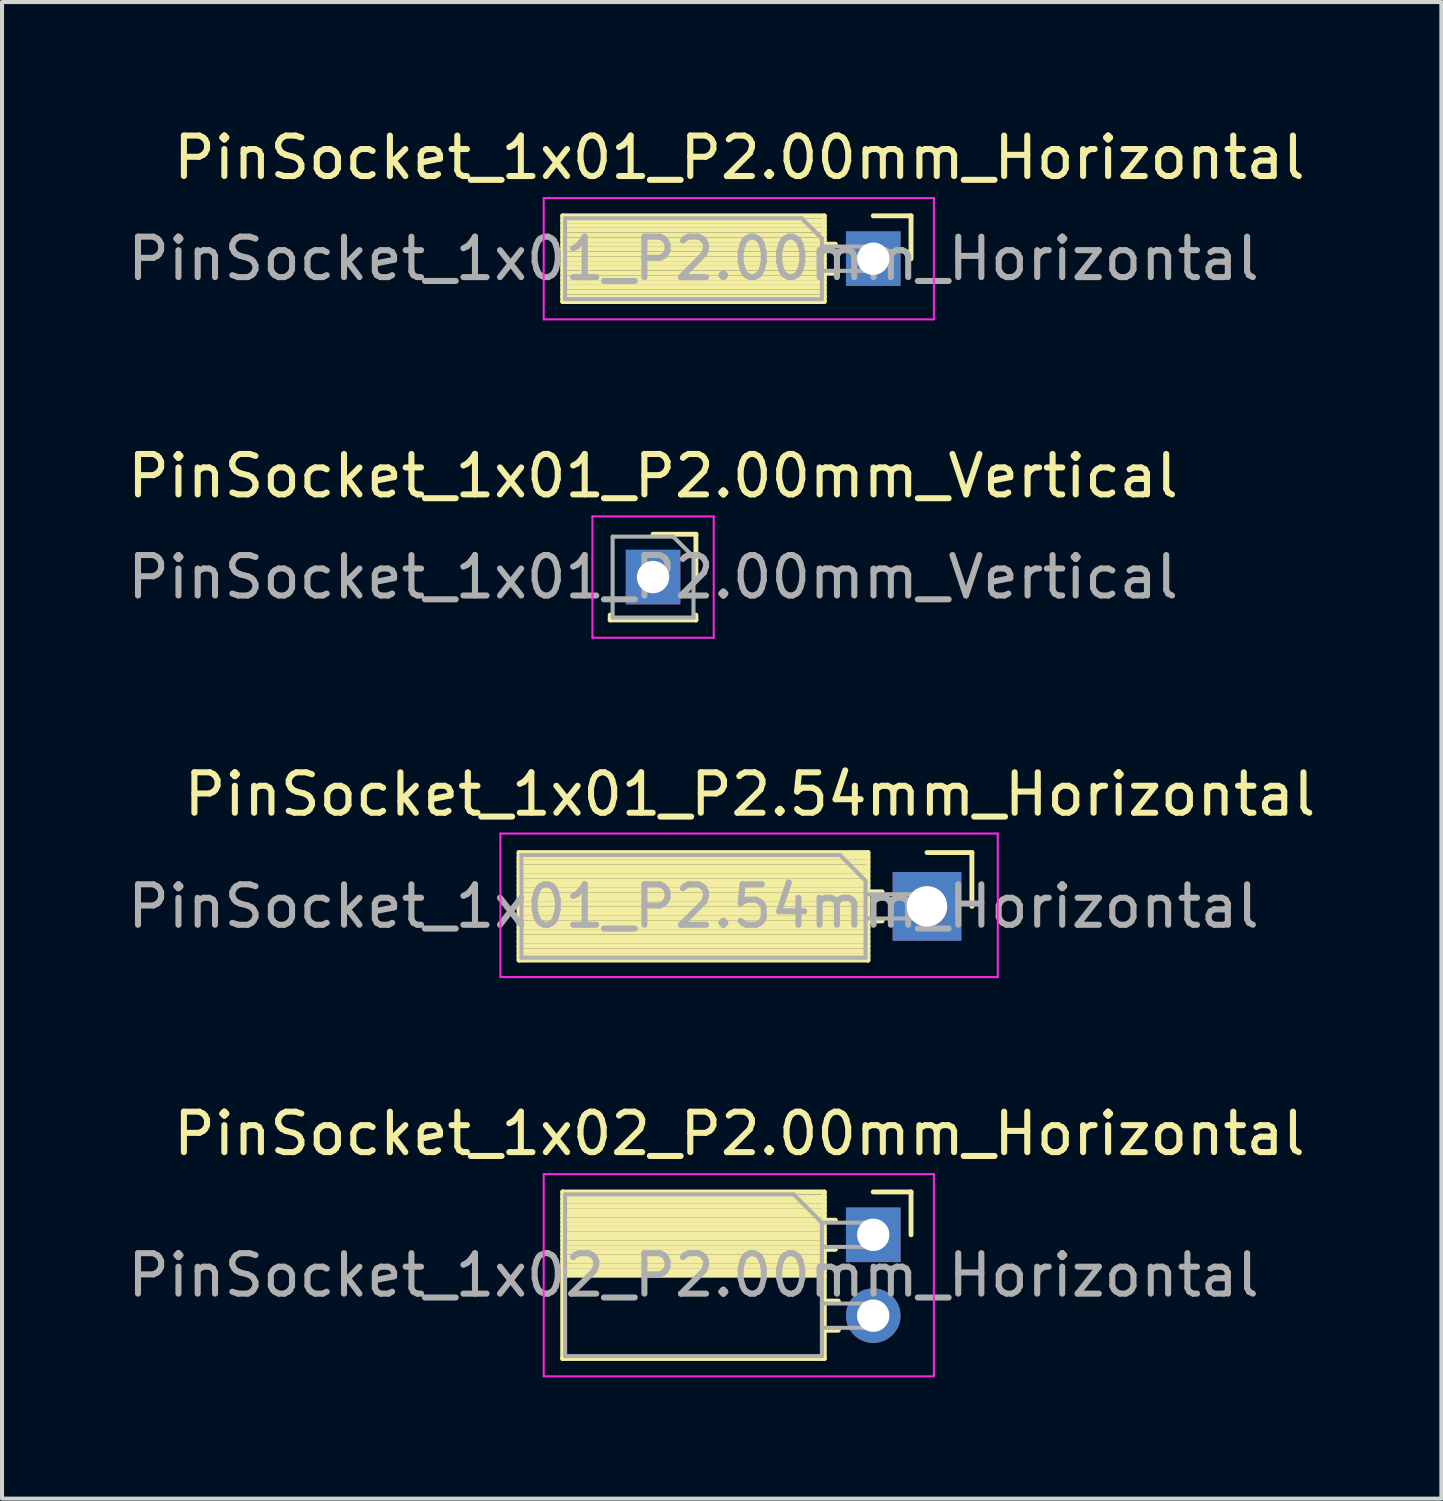
<source format=kicad_pcb>
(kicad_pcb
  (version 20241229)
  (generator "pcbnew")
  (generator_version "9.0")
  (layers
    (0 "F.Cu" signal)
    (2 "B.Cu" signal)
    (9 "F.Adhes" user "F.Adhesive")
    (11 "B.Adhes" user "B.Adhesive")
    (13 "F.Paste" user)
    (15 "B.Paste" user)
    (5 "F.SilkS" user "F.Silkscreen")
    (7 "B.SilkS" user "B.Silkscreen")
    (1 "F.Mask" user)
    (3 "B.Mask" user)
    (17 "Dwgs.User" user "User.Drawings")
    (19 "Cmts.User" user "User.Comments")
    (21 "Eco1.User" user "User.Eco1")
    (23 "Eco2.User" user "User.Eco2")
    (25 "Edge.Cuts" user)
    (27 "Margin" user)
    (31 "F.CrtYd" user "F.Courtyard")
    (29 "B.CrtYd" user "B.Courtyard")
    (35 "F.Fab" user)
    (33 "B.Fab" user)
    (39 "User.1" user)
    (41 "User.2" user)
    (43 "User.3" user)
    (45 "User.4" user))
  (footprint "PinSocket_1x02_P2.00mm_Horizontal"
    (layer "F.Cu")
    (at 18.546 27.488)
    (property "Reference" "PinSocket_1x02_P2.00mm_Horizontal" (at -3.31 -2.5 0) (layer "F.SilkS") (effects (font (size 1 1) (thickness 0.15))))
    (attr through_hole)
    (fp_line (start -7.68 -1.06) (end -7.68 3.06) (stroke (width 0.12) (type solid)) (layer "F.SilkS"))
    (fp_line (start -7.68 -1.06) (end -1.21 -1.06) (stroke (width 0.12) (type solid)) (layer "F.SilkS"))
    (fp_line (start -7.68 -0.94) (end -1.21 -0.94) (stroke (width 0.12) (type solid)) (layer "F.SilkS"))
    (fp_line (start -7.68 -0.826) (end -1.21 -0.826) (stroke (width 0.12) (type solid)) (layer "F.SilkS"))
    (fp_line (start -7.68 -0.712) (end -1.21 -0.712) (stroke (width 0.12) (type solid)) (layer "F.SilkS"))
    (fp_line (start -7.68 -0.598) (end -1.21 -0.598) (stroke (width 0.12) (type solid)) (layer "F.SilkS"))
    (fp_line (start -7.68 -0.484) (end -1.21 -0.484) (stroke (width 0.12) (type solid)) (layer "F.SilkS"))
    (fp_line (start -7.68 -0.369) (end -1.21 -0.369) (stroke (width 0.12) (type solid)) (layer "F.SilkS"))
    (fp_line (start -7.68 -0.255) (end -1.21 -0.255) (stroke (width 0.12) (type solid)) (layer "F.SilkS"))
    (fp_line (start -7.68 -0.141) (end -1.21 -0.141) (stroke (width 0.12) (type solid)) (layer "F.SilkS"))
    (fp_line (start -7.68 -0.027) (end -1.21 -0.027) (stroke (width 0.12) (type solid)) (layer "F.SilkS"))
    (fp_line (start -7.68 0.087) (end -1.21 0.087) (stroke (width 0.12) (type solid)) (layer "F.SilkS"))
    (fp_line (start -7.68 0.201) (end -1.21 0.201) (stroke (width 0.12) (type solid)) (layer "F.SilkS"))
    (fp_line (start -7.68 0.315) (end -1.21 0.315) (stroke (width 0.12) (type solid)) (layer "F.SilkS"))
    (fp_line (start -7.68 0.429) (end -1.21 0.429) (stroke (width 0.12) (type solid)) (layer "F.SilkS"))
    (fp_line (start -7.68 0.544) (end -1.21 0.544) (stroke (width 0.12) (type solid)) (layer "F.SilkS"))
    (fp_line (start -7.68 0.658) (end -1.21 0.658) (stroke (width 0.12) (type solid)) (layer "F.SilkS"))
    (fp_line (start -7.68 0.772) (end -1.21 0.772) (stroke (width 0.12) (type solid)) (layer "F.SilkS"))
    (fp_line (start -7.68 0.886) (end -1.21 0.886) (stroke (width 0.12) (type solid)) (layer "F.SilkS"))
    (fp_line (start -7.68 1) (end -1.21 1) (stroke (width 0.12) (type solid)) (layer "F.SilkS"))
    (fp_line (start -7.68 3.06) (end -1.21 3.06) (stroke (width 0.12) (type solid)) (layer "F.SilkS"))
    (fp_line (start -1.21 -1.06) (end -1.21 3.06) (stroke (width 0.12) (type solid)) (layer "F.SilkS"))
    (fp_line (start -1.21 -0.36) (end -0.935 -0.36) (stroke (width 0.12) (type solid)) (layer "F.SilkS"))
    (fp_line (start -1.21 0.36) (end -0.935 0.36) (stroke (width 0.12) (type solid)) (layer "F.SilkS"))
    (fp_line (start -1.21 1.64) (end -0.863 1.64) (stroke (width 0.12) (type solid)) (layer "F.SilkS"))
    (fp_line (start -1.21 2.36) (end -0.863 2.36) (stroke (width 0.12) (type solid)) (layer "F.SilkS"))
    (fp_line (start 0 -1.06) (end 0.935 -1.06) (stroke (width 0.12) (type solid)) (layer "F.SilkS"))
    (fp_line (start 0.935 -1.06) (end 0.935 0) (stroke (width 0.12) (type solid)) (layer "F.SilkS"))
    (fp_line (start -8.15 -1.5) (end -8.15 3.5) (stroke (width 0.05) (type solid)) (layer "F.CrtYd"))
    (fp_line (start -8.15 3.5) (end 1.5 3.5) (stroke (width 0.05) (type solid)) (layer "F.CrtYd"))
    (fp_line (start 1.5 -1.5) (end -8.15 -1.5) (stroke (width 0.05) (type solid)) (layer "F.CrtYd"))
    (fp_line (start 1.5 3.5) (end 1.5 -1.5) (stroke (width 0.05) (type solid)) (layer "F.CrtYd"))
    (fp_line (start -7.62 -1) (end -1.97 -1) (stroke (width 0.1) (type solid)) (layer "F.Fab"))
    (fp_line (start -7.62 3) (end -7.62 -1) (stroke (width 0.1) (type solid)) (layer "F.Fab"))
    (fp_line (start -1.97 -1) (end -1.27 -0.3) (stroke (width 0.1) (type solid)) (layer "F.Fab"))
    (fp_line (start -1.27 -0.3) (end -1.27 3) (stroke (width 0.1) (type solid)) (layer "F.Fab"))
    (fp_line (start -1.27 0.3) (end 0 0.3) (stroke (width 0.1) (type solid)) (layer "F.Fab"))
    (fp_line (start -1.27 2.3) (end 0 2.3) (stroke (width 0.1) (type solid)) (layer "F.Fab"))
    (fp_line (start -1.27 3) (end -7.62 3) (stroke (width 0.1) (type solid)) (layer "F.Fab"))
    (fp_line (start 0 -0.3) (end -1.27 -0.3) (stroke (width 0.1) (type solid)) (layer "F.Fab"))
    (fp_line (start 0 0.3) (end 0 -0.3) (stroke (width 0.1) (type solid)) (layer "F.Fab"))
    (fp_line (start 0 1.7) (end -1.27 1.7) (stroke (width 0.1) (type solid)) (layer "F.Fab"))
    (fp_line (start 0 2.3) (end 0 1.7) (stroke (width 0.1) (type solid)) (layer "F.Fab"))
    (fp_text user "${REFERENCE}" (at -4.445 1 0) (layer "F.Fab") (effects (font (size 1 1) (thickness 0.15))))
    (pad "1" thru_hole rect (at 0 0) (size 1.35 1.35) (drill 0.8) (layers "*.Cu" "*.Mask"))
    (pad "2" thru_hole oval (at 0 2) (size 1.35 1.35) (drill 0.8) (layers "*.Cu" "*.Mask")))
  (footprint "PinSocket_1x01_P2.54mm_Horizontal"
    (layer "F.Cu")
    (at 19.876 19.365)
    (property "Reference" "PinSocket_1x01_P2.54mm_Horizontal" (at -4.38 -2.77 0) (layer "F.SilkS") (effects (font (size 1 1) (thickness 0.15))))
    (attr through_hole)
    (fp_line (start -10.09 -1.33) (end -10.09 1.33) (stroke (width 0.12) (type solid)) (layer "F.SilkS"))
    (fp_line (start -10.09 -1.33) (end -1.46 -1.33) (stroke (width 0.12) (type solid)) (layer "F.SilkS"))
    (fp_line (start -10.09 -1.21) (end -1.46 -1.21) (stroke (width 0.12) (type solid)) (layer "F.SilkS"))
    (fp_line (start -10.09 -1.095) (end -1.46 -1.095) (stroke (width 0.12) (type solid)) (layer "F.SilkS"))
    (fp_line (start -10.09 -0.979) (end -1.46 -0.979) (stroke (width 0.12) (type solid)) (layer "F.SilkS"))
    (fp_line (start -10.09 -0.864) (end -1.46 -0.864) (stroke (width 0.12) (type solid)) (layer "F.SilkS"))
    (fp_line (start -10.09 -0.748) (end -1.46 -0.748) (stroke (width 0.12) (type solid)) (layer "F.SilkS"))
    (fp_line (start -10.09 -0.633) (end -1.46 -0.633) (stroke (width 0.12) (type solid)) (layer "F.SilkS"))
    (fp_line (start -10.09 -0.517) (end -1.46 -0.517) (stroke (width 0.12) (type solid)) (layer "F.SilkS"))
    (fp_line (start -10.09 -0.402) (end -1.46 -0.402) (stroke (width 0.12) (type solid)) (layer "F.SilkS"))
    (fp_line (start -10.09 -0.286) (end -1.46 -0.286) (stroke (width 0.12) (type solid)) (layer "F.SilkS"))
    (fp_line (start -10.09 -0.171) (end -1.46 -0.171) (stroke (width 0.12) (type solid)) (layer "F.SilkS"))
    (fp_line (start -10.09 -0.055) (end -1.46 -0.055) (stroke (width 0.12) (type solid)) (layer "F.SilkS"))
    (fp_line (start -10.09 0.06) (end -1.46 0.06) (stroke (width 0.12) (type solid)) (layer "F.SilkS"))
    (fp_line (start -10.09 0.175) (end -1.46 0.175) (stroke (width 0.12) (type solid)) (layer "F.SilkS"))
    (fp_line (start -10.09 0.291) (end -1.46 0.291) (stroke (width 0.12) (type solid)) (layer "F.SilkS"))
    (fp_line (start -10.09 0.406) (end -1.46 0.406) (stroke (width 0.12) (type solid)) (layer "F.SilkS"))
    (fp_line (start -10.09 0.522) (end -1.46 0.522) (stroke (width 0.12) (type solid)) (layer "F.SilkS"))
    (fp_line (start -10.09 0.637) (end -1.46 0.637) (stroke (width 0.12) (type solid)) (layer "F.SilkS"))
    (fp_line (start -10.09 0.753) (end -1.46 0.753) (stroke (width 0.12) (type solid)) (layer "F.SilkS"))
    (fp_line (start -10.09 0.868) (end -1.46 0.868) (stroke (width 0.12) (type solid)) (layer "F.SilkS"))
    (fp_line (start -10.09 0.984) (end -1.46 0.984) (stroke (width 0.12) (type solid)) (layer "F.SilkS"))
    (fp_line (start -10.09 1.099) (end -1.46 1.099) (stroke (width 0.12) (type solid)) (layer "F.SilkS"))
    (fp_line (start -10.09 1.215) (end -1.46 1.215) (stroke (width 0.12) (type solid)) (layer "F.SilkS"))
    (fp_line (start -10.09 1.33) (end -1.46 1.33) (stroke (width 0.12) (type solid)) (layer "F.SilkS"))
    (fp_line (start -1.46 -1.33) (end -1.46 1.33) (stroke (width 0.12) (type solid)) (layer "F.SilkS"))
    (fp_line (start -1.46 -0.36) (end -1.11 -0.36) (stroke (width 0.12) (type solid)) (layer "F.SilkS"))
    (fp_line (start -1.46 0.36) (end -1.11 0.36) (stroke (width 0.12) (type solid)) (layer "F.SilkS"))
    (fp_line (start 0 -1.33) (end 1.11 -1.33) (stroke (width 0.12) (type solid)) (layer "F.SilkS"))
    (fp_line (start 1.11 -1.33) (end 1.11 0) (stroke (width 0.12) (type solid)) (layer "F.SilkS"))
    (fp_line (start -10.55 -1.8) (end -10.55 1.75) (stroke (width 0.05) (type solid)) (layer "F.CrtYd"))
    (fp_line (start -10.55 1.75) (end 1.75 1.75) (stroke (width 0.05) (type solid)) (layer "F.CrtYd"))
    (fp_line (start 1.75 -1.8) (end -10.55 -1.8) (stroke (width 0.05) (type solid)) (layer "F.CrtYd"))
    (fp_line (start 1.75 1.75) (end 1.75 -1.8) (stroke (width 0.05) (type solid)) (layer "F.CrtYd"))
    (fp_line (start -10.03 -1.27) (end -2.155 -1.27) (stroke (width 0.1) (type solid)) (layer "F.Fab"))
    (fp_line (start -10.03 1.27) (end -10.03 -1.27) (stroke (width 0.1) (type solid)) (layer "F.Fab"))
    (fp_line (start -2.155 -1.27) (end -1.52 -0.635) (stroke (width 0.1) (type solid)) (layer "F.Fab"))
    (fp_line (start -1.52 -0.635) (end -1.52 1.27) (stroke (width 0.1) (type solid)) (layer "F.Fab"))
    (fp_line (start -1.52 0.3) (end 0 0.3) (stroke (width 0.1) (type solid)) (layer "F.Fab"))
    (fp_line (start -1.52 1.27) (end -10.03 1.27) (stroke (width 0.1) (type solid)) (layer "F.Fab"))
    (fp_line (start 0 -0.3) (end -1.52 -0.3) (stroke (width 0.1) (type solid)) (layer "F.Fab"))
    (fp_line (start 0 0.3) (end 0 -0.3) (stroke (width 0.1) (type solid)) (layer "F.Fab"))
    (fp_text user "${REFERENCE}" (at -5.775 0 0) (layer "F.Fab") (effects (font (size 1 1) (thickness 0.15))))
    (pad "1" thru_hole rect (at 0 0) (size 1.7 1.7) (drill 1) (layers "*.Cu" "*.Mask")))
  (footprint "PinSocket_1x01_P2.00mm_Vertical"
    (layer "F.Cu")
    (at 13.101 11.222)
    (property "Reference" "PinSocket_1x01_P2.00mm_Vertical" (at 0 -2.5 0) (layer "F.SilkS") (effects (font (size 1 1) (thickness 0.15))))
    (attr through_hole)
    (fp_line (start -1.06 0.94) (end -1.06 1.06) (stroke (width 0.12) (type solid)) (layer "F.SilkS"))
    (fp_line (start -1.06 1.06) (end 1.06 1.06) (stroke (width 0.12) (type solid)) (layer "F.SilkS"))
    (fp_line (start 0 -1.06) (end 1.06 -1.06) (stroke (width 0.12) (type solid)) (layer "F.SilkS"))
    (fp_line (start 1.06 -1.06) (end 1.06 0) (stroke (width 0.12) (type solid)) (layer "F.SilkS"))
    (fp_line (start 1.06 0.94) (end 1.06 1.06) (stroke (width 0.12) (type solid)) (layer "F.SilkS"))
    (fp_line (start -1.5 -1.5) (end 1.5 -1.5) (stroke (width 0.05) (type solid)) (layer "F.CrtYd"))
    (fp_line (start -1.5 1.5) (end -1.5 -1.5) (stroke (width 0.05) (type solid)) (layer "F.CrtYd"))
    (fp_line (start 1.5 -1.5) (end 1.5 1.5) (stroke (width 0.05) (type solid)) (layer "F.CrtYd"))
    (fp_line (start 1.5 1.5) (end -1.5 1.5) (stroke (width 0.05) (type solid)) (layer "F.CrtYd"))
    (fp_line (start -1 -1) (end 0.5 -1) (stroke (width 0.1) (type solid)) (layer "F.Fab"))
    (fp_line (start -1 1) (end -1 -1) (stroke (width 0.1) (type solid)) (layer "F.Fab"))
    (fp_line (start 0.5 -1) (end 1 -0.5) (stroke (width 0.1) (type solid)) (layer "F.Fab"))
    (fp_line (start 1 -0.5) (end 1 1) (stroke (width 0.1) (type solid)) (layer "F.Fab"))
    (fp_line (start 1 1) (end -1 1) (stroke (width 0.1) (type solid)) (layer "F.Fab"))
    (fp_text user "${REFERENCE}" (at 0 0 0) (layer "F.Fab") (effects (font (size 1 1) (thickness 0.15))))
    (pad "1" thru_hole rect (at 0 0) (size 1.35 1.35) (drill 0.8) (layers "*.Cu" "*.Mask")))
  (footprint "PinSocket_1x01_P2.00mm_Horizontal"
    (layer "F.Cu")
    (at 18.546 3.348)
    (property "Reference" "PinSocket_1x01_P2.00mm_Horizontal" (at -3.31 -2.5 0) (layer "F.SilkS") (effects (font (size 1 1) (thickness 0.15))))
    (attr through_hole)
    (fp_line (start -7.68 -1.06) (end -7.68 1.06) (stroke (width 0.12) (type solid)) (layer "F.SilkS"))
    (fp_line (start -7.68 -1.06) (end -1.21 -1.06) (stroke (width 0.12) (type solid)) (layer "F.SilkS"))
    (fp_line (start -7.68 -0.94) (end -1.21 -0.94) (stroke (width 0.12) (type solid)) (layer "F.SilkS"))
    (fp_line (start -7.68 -0.822) (end -1.21 -0.822) (stroke (width 0.12) (type solid)) (layer "F.SilkS"))
    (fp_line (start -7.68 -0.705) (end -1.21 -0.705) (stroke (width 0.12) (type solid)) (layer "F.SilkS"))
    (fp_line (start -7.68 -0.587) (end -1.21 -0.587) (stroke (width 0.12) (type solid)) (layer "F.SilkS"))
    (fp_line (start -7.68 -0.469) (end -1.21 -0.469) (stroke (width 0.12) (type solid)) (layer "F.SilkS"))
    (fp_line (start -7.68 -0.352) (end -1.21 -0.352) (stroke (width 0.12) (type solid)) (layer "F.SilkS"))
    (fp_line (start -7.68 -0.234) (end -1.21 -0.234) (stroke (width 0.12) (type solid)) (layer "F.SilkS"))
    (fp_line (start -7.68 -0.116) (end -1.21 -0.116) (stroke (width 0.12) (type solid)) (layer "F.SilkS"))
    (fp_line (start -7.68 0.001) (end -1.21 0.001) (stroke (width 0.12) (type solid)) (layer "F.SilkS"))
    (fp_line (start -7.68 0.119) (end -1.21 0.119) (stroke (width 0.12) (type solid)) (layer "F.SilkS"))
    (fp_line (start -7.68 0.236) (end -1.21 0.236) (stroke (width 0.12) (type solid)) (layer "F.SilkS"))
    (fp_line (start -7.68 0.354) (end -1.21 0.354) (stroke (width 0.12) (type solid)) (layer "F.SilkS"))
    (fp_line (start -7.68 0.472) (end -1.21 0.472) (stroke (width 0.12) (type solid)) (layer "F.SilkS"))
    (fp_line (start -7.68 0.589) (end -1.21 0.589) (stroke (width 0.12) (type solid)) (layer "F.SilkS"))
    (fp_line (start -7.68 0.707) (end -1.21 0.707) (stroke (width 0.12) (type solid)) (layer "F.SilkS"))
    (fp_line (start -7.68 0.825) (end -1.21 0.825) (stroke (width 0.12) (type solid)) (layer "F.SilkS"))
    (fp_line (start -7.68 0.942) (end -1.21 0.942) (stroke (width 0.12) (type solid)) (layer "F.SilkS"))
    (fp_line (start -7.68 1.06) (end -1.21 1.06) (stroke (width 0.12) (type solid)) (layer "F.SilkS"))
    (fp_line (start -1.21 -1.06) (end -1.21 1.06) (stroke (width 0.12) (type solid)) (layer "F.SilkS"))
    (fp_line (start -1.21 -0.36) (end -0.935 -0.36) (stroke (width 0.12) (type solid)) (layer "F.SilkS"))
    (fp_line (start -1.21 0.36) (end -0.935 0.36) (stroke (width 0.12) (type solid)) (layer "F.SilkS"))
    (fp_line (start 0 -1.06) (end 0.935 -1.06) (stroke (width 0.12) (type solid)) (layer "F.SilkS"))
    (fp_line (start 0.935 -1.06) (end 0.935 0) (stroke (width 0.12) (type solid)) (layer "F.SilkS"))
    (fp_line (start -8.15 -1.5) (end -8.15 1.5) (stroke (width 0.05) (type solid)) (layer "F.CrtYd"))
    (fp_line (start -8.15 1.5) (end 1.5 1.5) (stroke (width 0.05) (type solid)) (layer "F.CrtYd"))
    (fp_line (start 1.5 -1.5) (end -8.15 -1.5) (stroke (width 0.05) (type solid)) (layer "F.CrtYd"))
    (fp_line (start 1.5 1.5) (end 1.5 -1.5) (stroke (width 0.05) (type solid)) (layer "F.CrtYd"))
    (fp_line (start -7.62 -1) (end -1.77 -1) (stroke (width 0.1) (type solid)) (layer "F.Fab"))
    (fp_line (start -7.62 1) (end -7.62 -1) (stroke (width 0.1) (type solid)) (layer "F.Fab"))
    (fp_line (start -1.77 -1) (end -1.27 -0.5) (stroke (width 0.1) (type solid)) (layer "F.Fab"))
    (fp_line (start -1.27 -0.5) (end -1.27 1) (stroke (width 0.1) (type solid)) (layer "F.Fab"))
    (fp_line (start -1.27 0.3) (end 0 0.3) (stroke (width 0.1) (type solid)) (layer "F.Fab"))
    (fp_line (start -1.27 1) (end -7.62 1) (stroke (width 0.1) (type solid)) (layer "F.Fab"))
    (fp_line (start 0 -0.3) (end -1.27 -0.3) (stroke (width 0.1) (type solid)) (layer "F.Fab"))
    (fp_line (start 0 0.3) (end 0 -0.3) (stroke (width 0.1) (type solid)) (layer "F.Fab"))
    (fp_text user "${REFERENCE}" (at -4.445 0 0) (layer "F.Fab") (effects (font (size 1 1) (thickness 0.15))))
    (pad "1" thru_hole rect (at 0 0) (size 1.35 1.35) (drill 0.8) (layers "*.Cu" "*.Mask")))
  (gr_rect
    (start -3 -3)
    (end 32.597 34.013)
    (stroke (width 0.1) (type default))
    (fill no)
    (layer "Edge.Cuts")))
</source>
